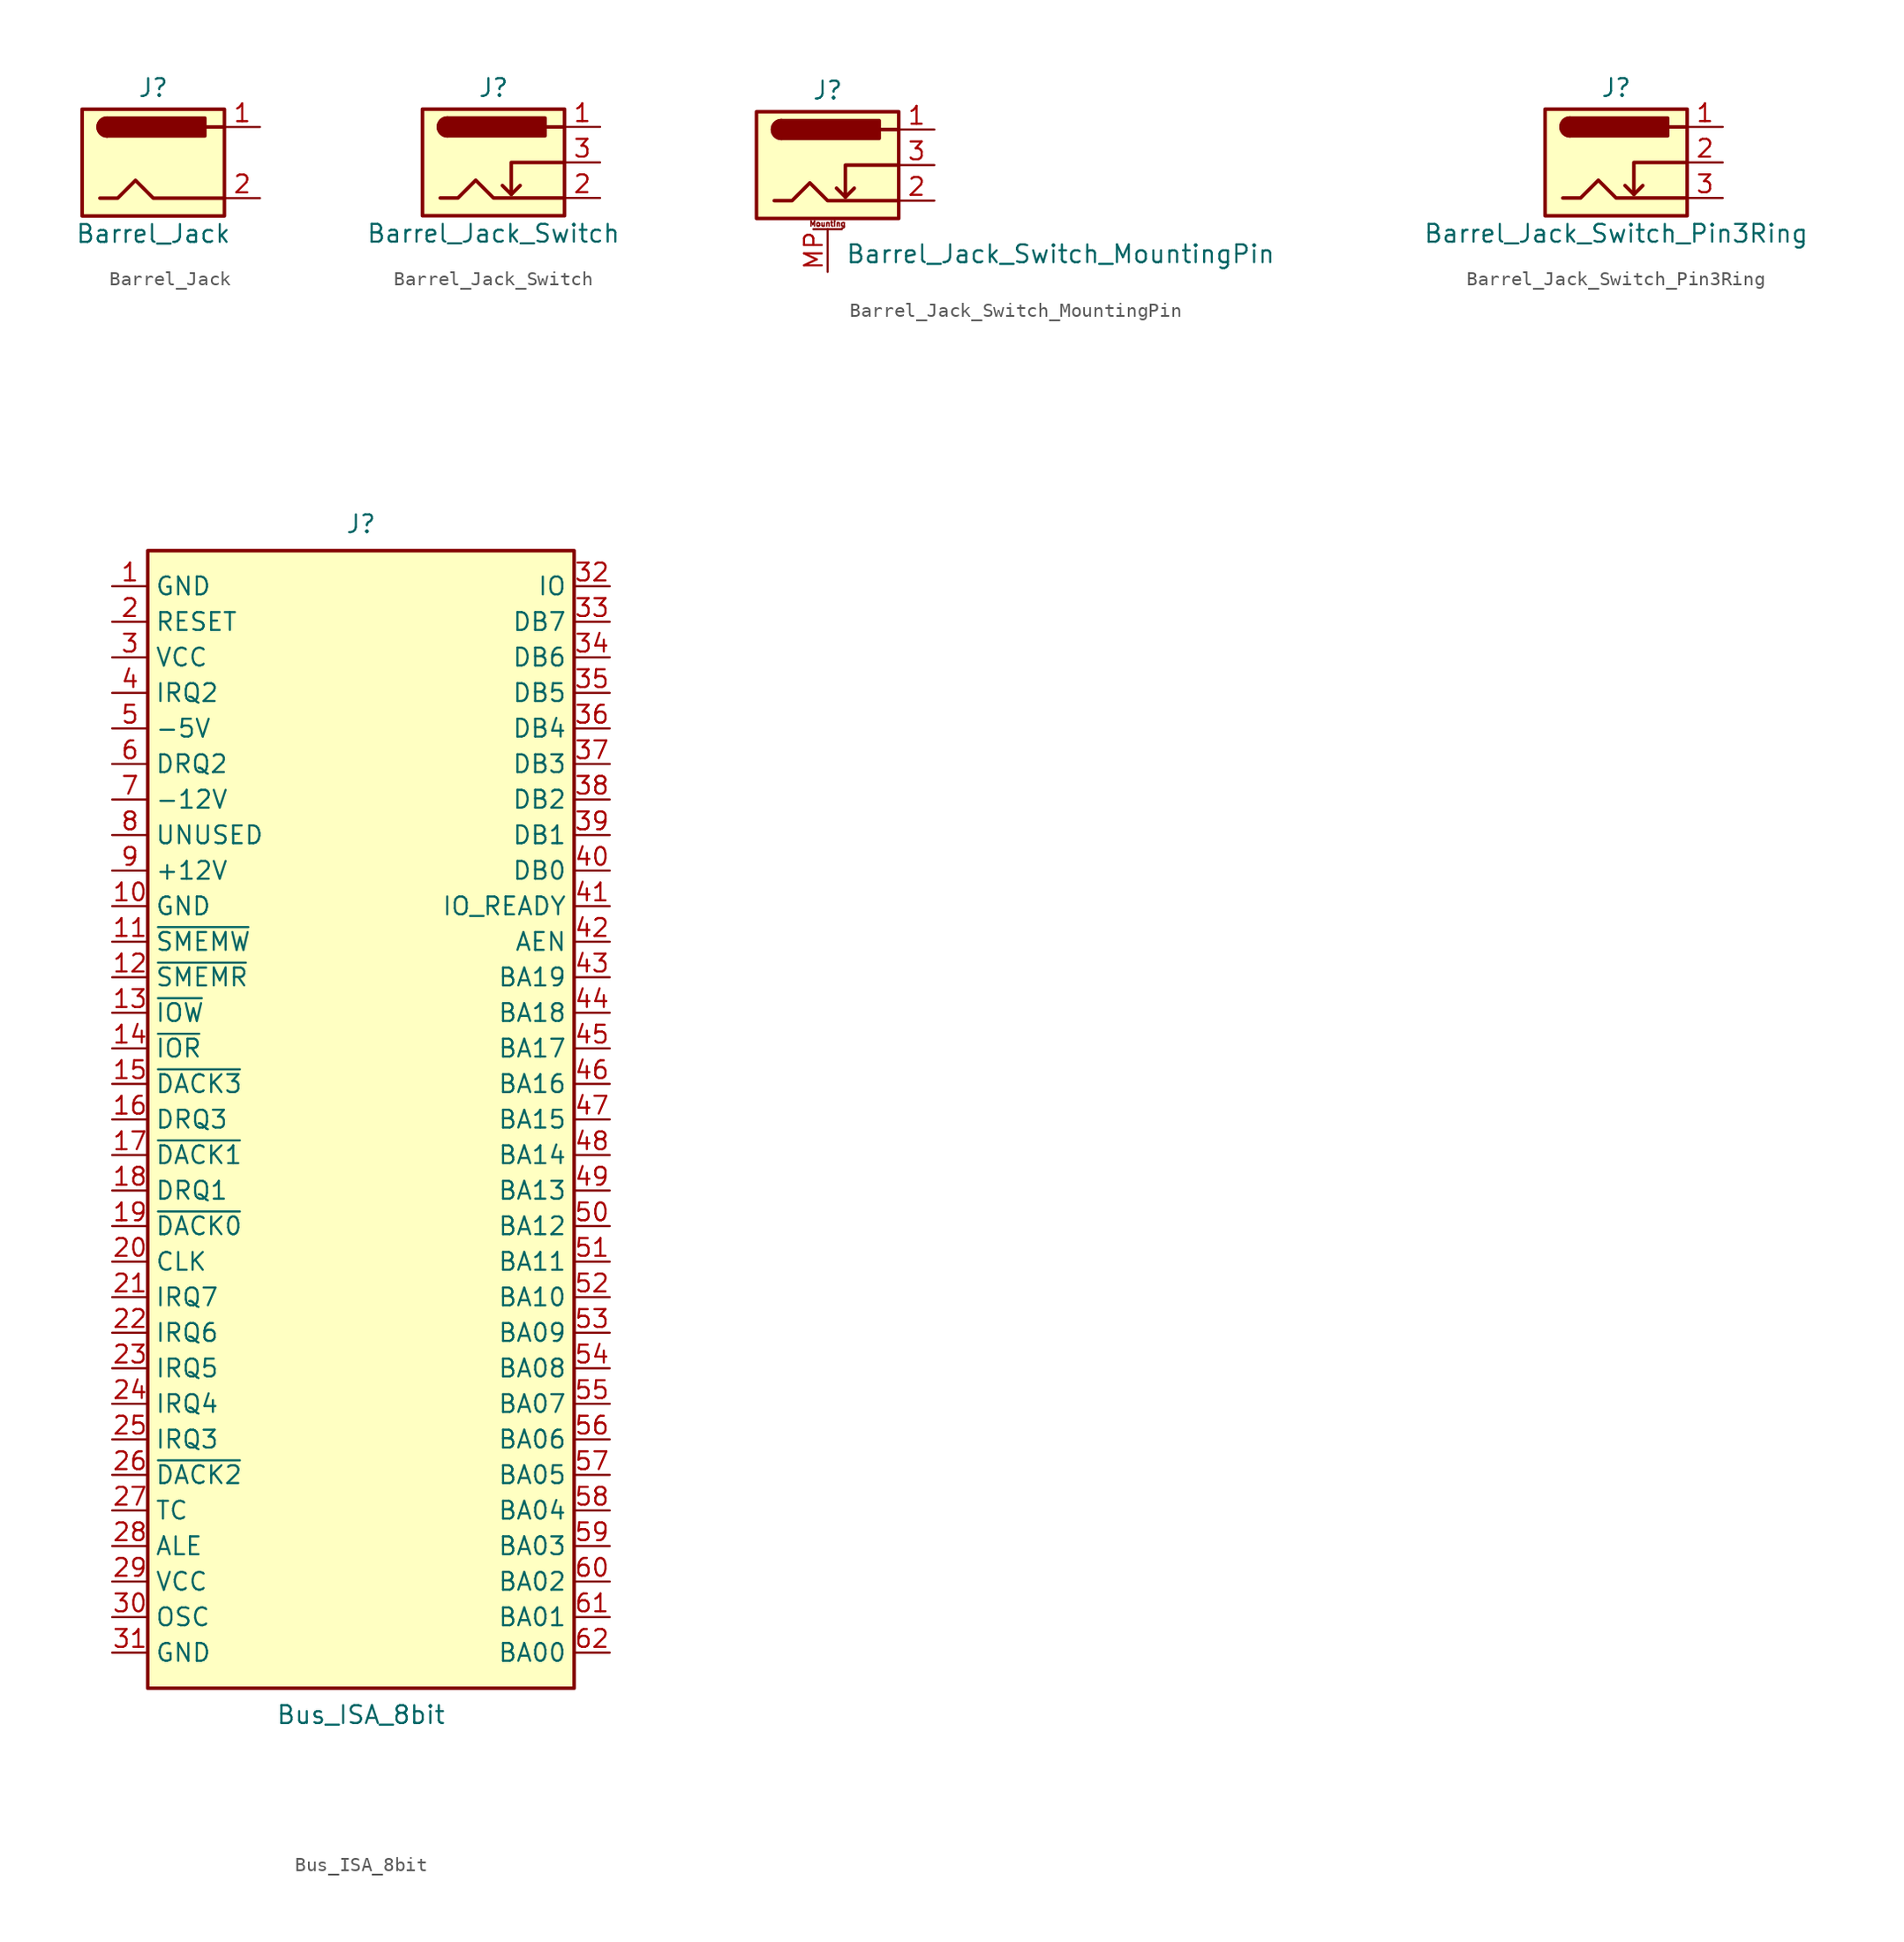
<source format=kicad_sym>
(kicad_symbol_lib
  (version 20220914)
  (generator kicad_symbol_editor)
  (symbol "Barrel_Jack"
    (pin_names
      (offset 1.016))
    (property "Reference" "J"
      (at 0 5.334 0)
      (effects (font (size 1.27 1.27))))
    (property "Value" "Barrel_Jack"
      (at 0 -5.08 0)
      (effects (font (size 1.27 1.27))))
    (symbol "Barrel_Jack_0_1"
      (rectangle (start -5.08 3.81) (end 5.08 -3.81) (stroke (width 0.254) (type default)) (fill (type background)))
      (arc (start -3.302 3.175) (mid -3.9343 2.54) (end -3.302 1.905) (stroke (width 0.254) (type default)) (fill (type none)))
      (arc (start -3.302 3.175) (mid -3.9343 2.54) (end -3.302 1.905) (stroke (width 0.254) (type default)) (fill (type outline)))
      (polyline (pts (xy 5.08 2.54) (xy 3.81 2.54)) (stroke (width 0.254) (type default)) (fill (type none)))
      (polyline (pts (xy -3.81 -2.54) (xy -2.54 -2.54) (xy -1.27 -1.27) (xy 0 -2.54) (xy 2.54 -2.54) (xy 5.08 -2.54)) (stroke (width 0.254) (type default)) (fill (type none)))
      (rectangle (start 3.683 3.175) (end -3.302 1.905) (stroke (width 0.254) (type default)) (fill (type outline))))
    (symbol "Barrel_Jack_1_1"
      (pin passive line (at 7.62 2.54 180) (length 2.54) (name "~" (effects (font (size 1.27 1.27)))) (number "1" (effects (font (size 1.27 1.27)))))
      (pin passive line (at 7.62 -2.54 180) (length 2.54) (name "~" (effects (font (size 1.27 1.27)))) (number "2" (effects (font (size 1.27 1.27)))))))
  (symbol "Barrel_Jack_Switch"
    (pin_names hide)
    (property "Reference" "J"
      (at 0 5.334 0)
      (effects (font (size 1.27 1.27))))
    (property "Value" "Barrel_Jack_Switch"
      (at 0 -5.08 0)
      (effects (font (size 1.27 1.27))))
    (symbol "Barrel_Jack_Switch_0_1"
      (rectangle (start -5.08 3.81) (end 5.08 -3.81) (stroke (width 0.254) (type default)) (fill (type background)))
      (arc (start -3.302 3.175) (mid -3.9343 2.54) (end -3.302 1.905) (stroke (width 0.254) (type default)) (fill (type none)))
      (arc (start -3.302 3.175) (mid -3.9343 2.54) (end -3.302 1.905) (stroke (width 0.254) (type default)) (fill (type outline)))
      (polyline (pts (xy 1.27 -2.286) (xy 1.905 -1.651)) (stroke (width 0.254) (type default)) (fill (type none)))
      (polyline (pts (xy 5.08 2.54) (xy 3.81 2.54)) (stroke (width 0.254) (type default)) (fill (type none)))
      (polyline (pts (xy 5.08 0) (xy 1.27 0) (xy 1.27 -2.286) (xy 0.635 -1.651)) (stroke (width 0.254) (type default)) (fill (type none)))
      (polyline (pts (xy -3.81 -2.54) (xy -2.54 -2.54) (xy -1.27 -1.27) (xy 0 -2.54) (xy 2.54 -2.54) (xy 5.08 -2.54)) (stroke (width 0.254) (type default)) (fill (type none)))
      (rectangle (start 3.683 3.175) (end -3.302 1.905) (stroke (width 0.254) (type default)) (fill (type outline))))
    (symbol "Barrel_Jack_Switch_1_1"
      (pin passive line (at 7.62 2.54 180) (length 2.54) (name "~" (effects (font (size 1.27 1.27)))) (number "1" (effects (font (size 1.27 1.27)))))
      (pin passive line (at 7.62 -2.54 180) (length 2.54) (name "~" (effects (font (size 1.27 1.27)))) (number "2" (effects (font (size 1.27 1.27)))))
      (pin passive line (at 7.62 0 180) (length 2.54) (name "~" (effects (font (size 1.27 1.27)))) (number "3" (effects (font (size 1.27 1.27)))))))
  (symbol "Barrel_Jack_Switch_MountingPin"
    (pin_names hide)
    (property "Reference" "J"
      (at 0 5.334 0)
      (effects (font (size 1.27 1.27))))
    (property "Value" "Barrel_Jack_Switch_MountingPin"
      (at 1.27 -6.35 0)
      (effects (font (size 1.27 1.27)) (justify left)))
    (symbol "Barrel_Jack_Switch_MountingPin_0_1"
      (rectangle (start -5.08 3.81) (end 5.08 -3.81) (stroke (width 0.254) (type default)) (fill (type background)))
      (arc (start -3.302 3.175) (mid -3.9343 2.54) (end -3.302 1.905) (stroke (width 0.254) (type default)) (fill (type none)))
      (arc (start -3.302 3.175) (mid -3.9343 2.54) (end -3.302 1.905) (stroke (width 0.254) (type default)) (fill (type outline)))
      (polyline (pts (xy 1.27 -2.286) (xy 1.905 -1.651)) (stroke (width 0.254) (type default)) (fill (type none)))
      (polyline (pts (xy 5.08 2.54) (xy 3.81 2.54)) (stroke (width 0.254) (type default)) (fill (type none)))
      (polyline (pts (xy 5.08 0) (xy 1.27 0) (xy 1.27 -2.286) (xy 0.635 -1.651)) (stroke (width 0.254) (type default)) (fill (type none)))
      (polyline (pts (xy -3.81 -2.54) (xy -2.54 -2.54) (xy -1.27 -1.27) (xy 0 -2.54) (xy 2.54 -2.54) (xy 5.08 -2.54)) (stroke (width 0.254) (type default)) (fill (type none)))
      (rectangle (start 3.683 3.175) (end -3.302 1.905) (stroke (width 0.254) (type default)) (fill (type outline))))
    (symbol "Barrel_Jack_Switch_MountingPin_1_1"
      (polyline (pts (xy -1.016 -4.572) (xy 1.016 -4.572)) (stroke (width 0.152) (type default)) (fill (type none)))
      (text "Mounting" (at 0 -4.191 0) (effects (font (size 0.381 0.381))))
      (pin passive line (at 7.62 2.54 180) (length 2.54) (name "~" (effects (font (size 1.27 1.27)))) (number "1" (effects (font (size 1.27 1.27)))))
      (pin passive line (at 7.62 -2.54 180) (length 2.54) (name "~" (effects (font (size 1.27 1.27)))) (number "2" (effects (font (size 1.27 1.27)))))
      (pin passive line (at 7.62 0 180) (length 2.54) (name "~" (effects (font (size 1.27 1.27)))) (number "3" (effects (font (size 1.27 1.27)))))
      (pin passive line (at 0 -7.62 90) (length 3.048) (name "MountPin" (effects (font (size 1.27 1.27)))) (number "MP" (effects (font (size 1.27 1.27)))))))
  (symbol "Barrel_Jack_Switch_Pin3Ring"
    (pin_names hide)
    (property "Reference" "J"
      (at 0 5.334 0)
      (effects (font (size 1.27 1.27))))
    (property "Value" "Barrel_Jack_Switch_Pin3Ring"
      (at 0 -5.08 0)
      (effects (font (size 1.27 1.27))))
    (symbol "Barrel_Jack_Switch_Pin3Ring_0_1"
      (rectangle (start -5.08 3.81) (end 5.08 -3.81) (stroke (width 0.254) (type default)) (fill (type background)))
      (arc (start -3.302 3.175) (mid -3.9343 2.54) (end -3.302 1.905) (stroke (width 0.254) (type default)) (fill (type none)))
      (arc (start -3.302 3.175) (mid -3.9343 2.54) (end -3.302 1.905) (stroke (width 0.254) (type default)) (fill (type outline)))
      (polyline (pts (xy 1.27 -2.286) (xy 1.905 -1.651)) (stroke (width 0.254) (type default)) (fill (type none)))
      (polyline (pts (xy 5.08 2.54) (xy 3.81 2.54)) (stroke (width 0.254) (type default)) (fill (type none)))
      (polyline (pts (xy 5.08 0) (xy 1.27 0) (xy 1.27 -2.286) (xy 0.635 -1.651)) (stroke (width 0.254) (type default)) (fill (type none)))
      (polyline (pts (xy -3.81 -2.54) (xy -2.54 -2.54) (xy -1.27 -1.27) (xy 0 -2.54) (xy 2.54 -2.54) (xy 5.08 -2.54)) (stroke (width 0.254) (type default)) (fill (type none)))
      (rectangle (start 3.683 3.175) (end -3.302 1.905) (stroke (width 0.254) (type default)) (fill (type outline))))
    (symbol "Barrel_Jack_Switch_Pin3Ring_1_1"
      (pin passive line (at 7.62 2.54 180) (length 2.54) (name "~" (effects (font (size 1.27 1.27)))) (number "1" (effects (font (size 1.27 1.27)))))
      (pin passive line (at 7.62 0 180) (length 2.54) (name "~" (effects (font (size 1.27 1.27)))) (number "2" (effects (font (size 1.27 1.27)))))
      (pin passive line (at 7.62 -2.54 180) (length 2.54) (name "~" (effects (font (size 1.27 1.27)))) (number "3" (effects (font (size 1.27 1.27)))))))
  (symbol "Bus_ISA_8bit"
    (property "Reference" "J"
      (at 0 42.545 0)
      (effects (font (size 1.27 1.27))))
    (property "Value" "Bus_ISA_8bit"
      (at 0 -42.545 0)
      (effects (font (size 1.27 1.27))))
    (symbol "Bus_ISA_8bit_0_1"
      (rectangle (start -15.24 -40.64) (end 15.24 40.64) (stroke (width 0.254) (type default)) (fill (type background))))
    (symbol "Bus_ISA_8bit_1_1"
      (pin power_in line (at -17.78 38.1 0) (length 2.54) (name "GND" (effects (font (size 1.27 1.27)))) (number "1" (effects (font (size 1.27 1.27)))))
      (pin power_in line (at -17.78 15.24 0) (length 2.54) (name "GND" (effects (font (size 1.27 1.27)))) (number "10" (effects (font (size 1.27 1.27)))))
      (pin output line (at -17.78 12.7 0) (length 2.54) (name "~{SMEMW}" (effects (font (size 1.27 1.27)))) (number "11" (effects (font (size 1.27 1.27)))))
      (pin output line (at -17.78 10.16 0) (length 2.54) (name "~{SMEMR}" (effects (font (size 1.27 1.27)))) (number "12" (effects (font (size 1.27 1.27)))))
      (pin output line (at -17.78 7.62 0) (length 2.54) (name "~{IOW}" (effects (font (size 1.27 1.27)))) (number "13" (effects (font (size 1.27 1.27)))))
      (pin output line (at -17.78 5.08 0) (length 2.54) (name "~{IOR}" (effects (font (size 1.27 1.27)))) (number "14" (effects (font (size 1.27 1.27)))))
      (pin passive line (at -17.78 2.54 0) (length 2.54) (name "~{DACK3}" (effects (font (size 1.27 1.27)))) (number "15" (effects (font (size 1.27 1.27)))))
      (pin passive line (at -17.78 0 0) (length 2.54) (name "DRQ3" (effects (font (size 1.27 1.27)))) (number "16" (effects (font (size 1.27 1.27)))))
      (pin passive line (at -17.78 -2.54 0) (length 2.54) (name "~{DACK1}" (effects (font (size 1.27 1.27)))) (number "17" (effects (font (size 1.27 1.27)))))
      (pin passive line (at -17.78 -5.08 0) (length 2.54) (name "DRQ1" (effects (font (size 1.27 1.27)))) (number "18" (effects (font (size 1.27 1.27)))))
      (pin passive line (at -17.78 -7.62 0) (length 2.54) (name "~{DACK0}" (effects (font (size 1.27 1.27)))) (number "19" (effects (font (size 1.27 1.27)))))
      (pin output line (at -17.78 35.56 0) (length 2.54) (name "RESET" (effects (font (size 1.27 1.27)))) (number "2" (effects (font (size 1.27 1.27)))))
      (pin output line (at -17.78 -10.16 0) (length 2.54) (name "CLK" (effects (font (size 1.27 1.27)))) (number "20" (effects (font (size 1.27 1.27)))))
      (pin passive line (at -17.78 -12.7 0) (length 2.54) (name "IRQ7" (effects (font (size 1.27 1.27)))) (number "21" (effects (font (size 1.27 1.27)))))
      (pin passive line (at -17.78 -15.24 0) (length 2.54) (name "IRQ6" (effects (font (size 1.27 1.27)))) (number "22" (effects (font (size 1.27 1.27)))))
      (pin passive line (at -17.78 -17.78 0) (length 2.54) (name "IRQ5" (effects (font (size 1.27 1.27)))) (number "23" (effects (font (size 1.27 1.27)))))
      (pin passive line (at -17.78 -20.32 0) (length 2.54) (name "IRQ4" (effects (font (size 1.27 1.27)))) (number "24" (effects (font (size 1.27 1.27)))))
      (pin passive line (at -17.78 -22.86 0) (length 2.54) (name "IRQ3" (effects (font (size 1.27 1.27)))) (number "25" (effects (font (size 1.27 1.27)))))
      (pin passive line (at -17.78 -25.4 0) (length 2.54) (name "~{DACK2}" (effects (font (size 1.27 1.27)))) (number "26" (effects (font (size 1.27 1.27)))))
      (pin passive line (at -17.78 -27.94 0) (length 2.54) (name "TC" (effects (font (size 1.27 1.27)))) (number "27" (effects (font (size 1.27 1.27)))))
      (pin output line (at -17.78 -30.48 0) (length 2.54) (name "ALE" (effects (font (size 1.27 1.27)))) (number "28" (effects (font (size 1.27 1.27)))))
      (pin power_in line (at -17.78 -33.02 0) (length 2.54) (name "VCC" (effects (font (size 1.27 1.27)))) (number "29" (effects (font (size 1.27 1.27)))))
      (pin power_in line (at -17.78 33.02 0) (length 2.54) (name "VCC" (effects (font (size 1.27 1.27)))) (number "3" (effects (font (size 1.27 1.27)))))
      (pin output line (at -17.78 -35.56 0) (length 2.54) (name "OSC" (effects (font (size 1.27 1.27)))) (number "30" (effects (font (size 1.27 1.27)))))
      (pin power_in line (at -17.78 -38.1 0) (length 2.54) (name "GND" (effects (font (size 1.27 1.27)))) (number "31" (effects (font (size 1.27 1.27)))))
      (pin passive line (at 17.78 38.1 180) (length 2.54) (name "IO" (effects (font (size 1.27 1.27)))) (number "32" (effects (font (size 1.27 1.27)))))
      (pin tri_state line (at 17.78 35.56 180) (length 2.54) (name "DB7" (effects (font (size 1.27 1.27)))) (number "33" (effects (font (size 1.27 1.27)))))
      (pin tri_state line (at 17.78 33.02 180) (length 2.54) (name "DB6" (effects (font (size 1.27 1.27)))) (number "34" (effects (font (size 1.27 1.27)))))
      (pin tri_state line (at 17.78 30.48 180) (length 2.54) (name "DB5" (effects (font (size 1.27 1.27)))) (number "35" (effects (font (size 1.27 1.27)))))
      (pin tri_state line (at 17.78 27.94 180) (length 2.54) (name "DB4" (effects (font (size 1.27 1.27)))) (number "36" (effects (font (size 1.27 1.27)))))
      (pin tri_state line (at 17.78 25.4 180) (length 2.54) (name "DB3" (effects (font (size 1.27 1.27)))) (number "37" (effects (font (size 1.27 1.27)))))
      (pin tri_state line (at 17.78 22.86 180) (length 2.54) (name "DB2" (effects (font (size 1.27 1.27)))) (number "38" (effects (font (size 1.27 1.27)))))
      (pin tri_state line (at 17.78 20.32 180) (length 2.54) (name "DB1" (effects (font (size 1.27 1.27)))) (number "39" (effects (font (size 1.27 1.27)))))
      (pin passive line (at -17.78 30.48 0) (length 2.54) (name "IRQ2" (effects (font (size 1.27 1.27)))) (number "4" (effects (font (size 1.27 1.27)))))
      (pin tri_state line (at 17.78 17.78 180) (length 2.54) (name "DB0" (effects (font (size 1.27 1.27)))) (number "40" (effects (font (size 1.27 1.27)))))
      (pin passive line (at 17.78 15.24 180) (length 2.54) (name "IO_READY" (effects (font (size 1.27 1.27)))) (number "41" (effects (font (size 1.27 1.27)))))
      (pin output line (at 17.78 12.7 180) (length 2.54) (name "AEN" (effects (font (size 1.27 1.27)))) (number "42" (effects (font (size 1.27 1.27)))))
      (pin tri_state line (at 17.78 10.16 180) (length 2.54) (name "BA19" (effects (font (size 1.27 1.27)))) (number "43" (effects (font (size 1.27 1.27)))))
      (pin tri_state line (at 17.78 7.62 180) (length 2.54) (name "BA18" (effects (font (size 1.27 1.27)))) (number "44" (effects (font (size 1.27 1.27)))))
      (pin tri_state line (at 17.78 5.08 180) (length 2.54) (name "BA17" (effects (font (size 1.27 1.27)))) (number "45" (effects (font (size 1.27 1.27)))))
      (pin tri_state line (at 17.78 2.54 180) (length 2.54) (name "BA16" (effects (font (size 1.27 1.27)))) (number "46" (effects (font (size 1.27 1.27)))))
      (pin tri_state line (at 17.78 0 180) (length 2.54) (name "BA15" (effects (font (size 1.27 1.27)))) (number "47" (effects (font (size 1.27 1.27)))))
      (pin tri_state line (at 17.78 -2.54 180) (length 2.54) (name "BA14" (effects (font (size 1.27 1.27)))) (number "48" (effects (font (size 1.27 1.27)))))
      (pin tri_state line (at 17.78 -5.08 180) (length 2.54) (name "BA13" (effects (font (size 1.27 1.27)))) (number "49" (effects (font (size 1.27 1.27)))))
      (pin power_in line (at -17.78 27.94 0) (length 2.54) (name "-5V" (effects (font (size 1.27 1.27)))) (number "5" (effects (font (size 1.27 1.27)))))
      (pin tri_state line (at 17.78 -7.62 180) (length 2.54) (name "BA12" (effects (font (size 1.27 1.27)))) (number "50" (effects (font (size 1.27 1.27)))))
      (pin tri_state line (at 17.78 -10.16 180) (length 2.54) (name "BA11" (effects (font (size 1.27 1.27)))) (number "51" (effects (font (size 1.27 1.27)))))
      (pin tri_state line (at 17.78 -12.7 180) (length 2.54) (name "BA10" (effects (font (size 1.27 1.27)))) (number "52" (effects (font (size 1.27 1.27)))))
      (pin tri_state line (at 17.78 -15.24 180) (length 2.54) (name "BA09" (effects (font (size 1.27 1.27)))) (number "53" (effects (font (size 1.27 1.27)))))
      (pin tri_state line (at 17.78 -17.78 180) (length 2.54) (name "BA08" (effects (font (size 1.27 1.27)))) (number "54" (effects (font (size 1.27 1.27)))))
      (pin tri_state line (at 17.78 -20.32 180) (length 2.54) (name "BA07" (effects (font (size 1.27 1.27)))) (number "55" (effects (font (size 1.27 1.27)))))
      (pin tri_state line (at 17.78 -22.86 180) (length 2.54) (name "BA06" (effects (font (size 1.27 1.27)))) (number "56" (effects (font (size 1.27 1.27)))))
      (pin tri_state line (at 17.78 -25.4 180) (length 2.54) (name "BA05" (effects (font (size 1.27 1.27)))) (number "57" (effects (font (size 1.27 1.27)))))
      (pin tri_state line (at 17.78 -27.94 180) (length 2.54) (name "BA04" (effects (font (size 1.27 1.27)))) (number "58" (effects (font (size 1.27 1.27)))))
      (pin tri_state line (at 17.78 -30.48 180) (length 2.54) (name "BA03" (effects (font (size 1.27 1.27)))) (number "59" (effects (font (size 1.27 1.27)))))
      (pin passive line (at -17.78 25.4 0) (length 2.54) (name "DRQ2" (effects (font (size 1.27 1.27)))) (number "6" (effects (font (size 1.27 1.27)))))
      (pin tri_state line (at 17.78 -33.02 180) (length 2.54) (name "BA02" (effects (font (size 1.27 1.27)))) (number "60" (effects (font (size 1.27 1.27)))))
      (pin tri_state line (at 17.78 -35.56 180) (length 2.54) (name "BA01" (effects (font (size 1.27 1.27)))) (number "61" (effects (font (size 1.27 1.27)))))
      (pin tri_state line (at 17.78 -38.1 180) (length 2.54) (name "BA00" (effects (font (size 1.27 1.27)))) (number "62" (effects (font (size 1.27 1.27)))))
      (pin power_in line (at -17.78 22.86 0) (length 2.54) (name "-12V" (effects (font (size 1.27 1.27)))) (number "7" (effects (font (size 1.27 1.27)))))
      (pin passive line (at -17.78 20.32 0) (length 2.54) (name "UNUSED" (effects (font (size 1.27 1.27)))) (number "8" (effects (font (size 1.27 1.27)))))
      (pin power_in line (at -17.78 17.78 0) (length 2.54) (name "+12V" (effects (font (size 1.27 1.27)))) (number "9" (effects (font (size 1.27 1.27))))))))
</source>
